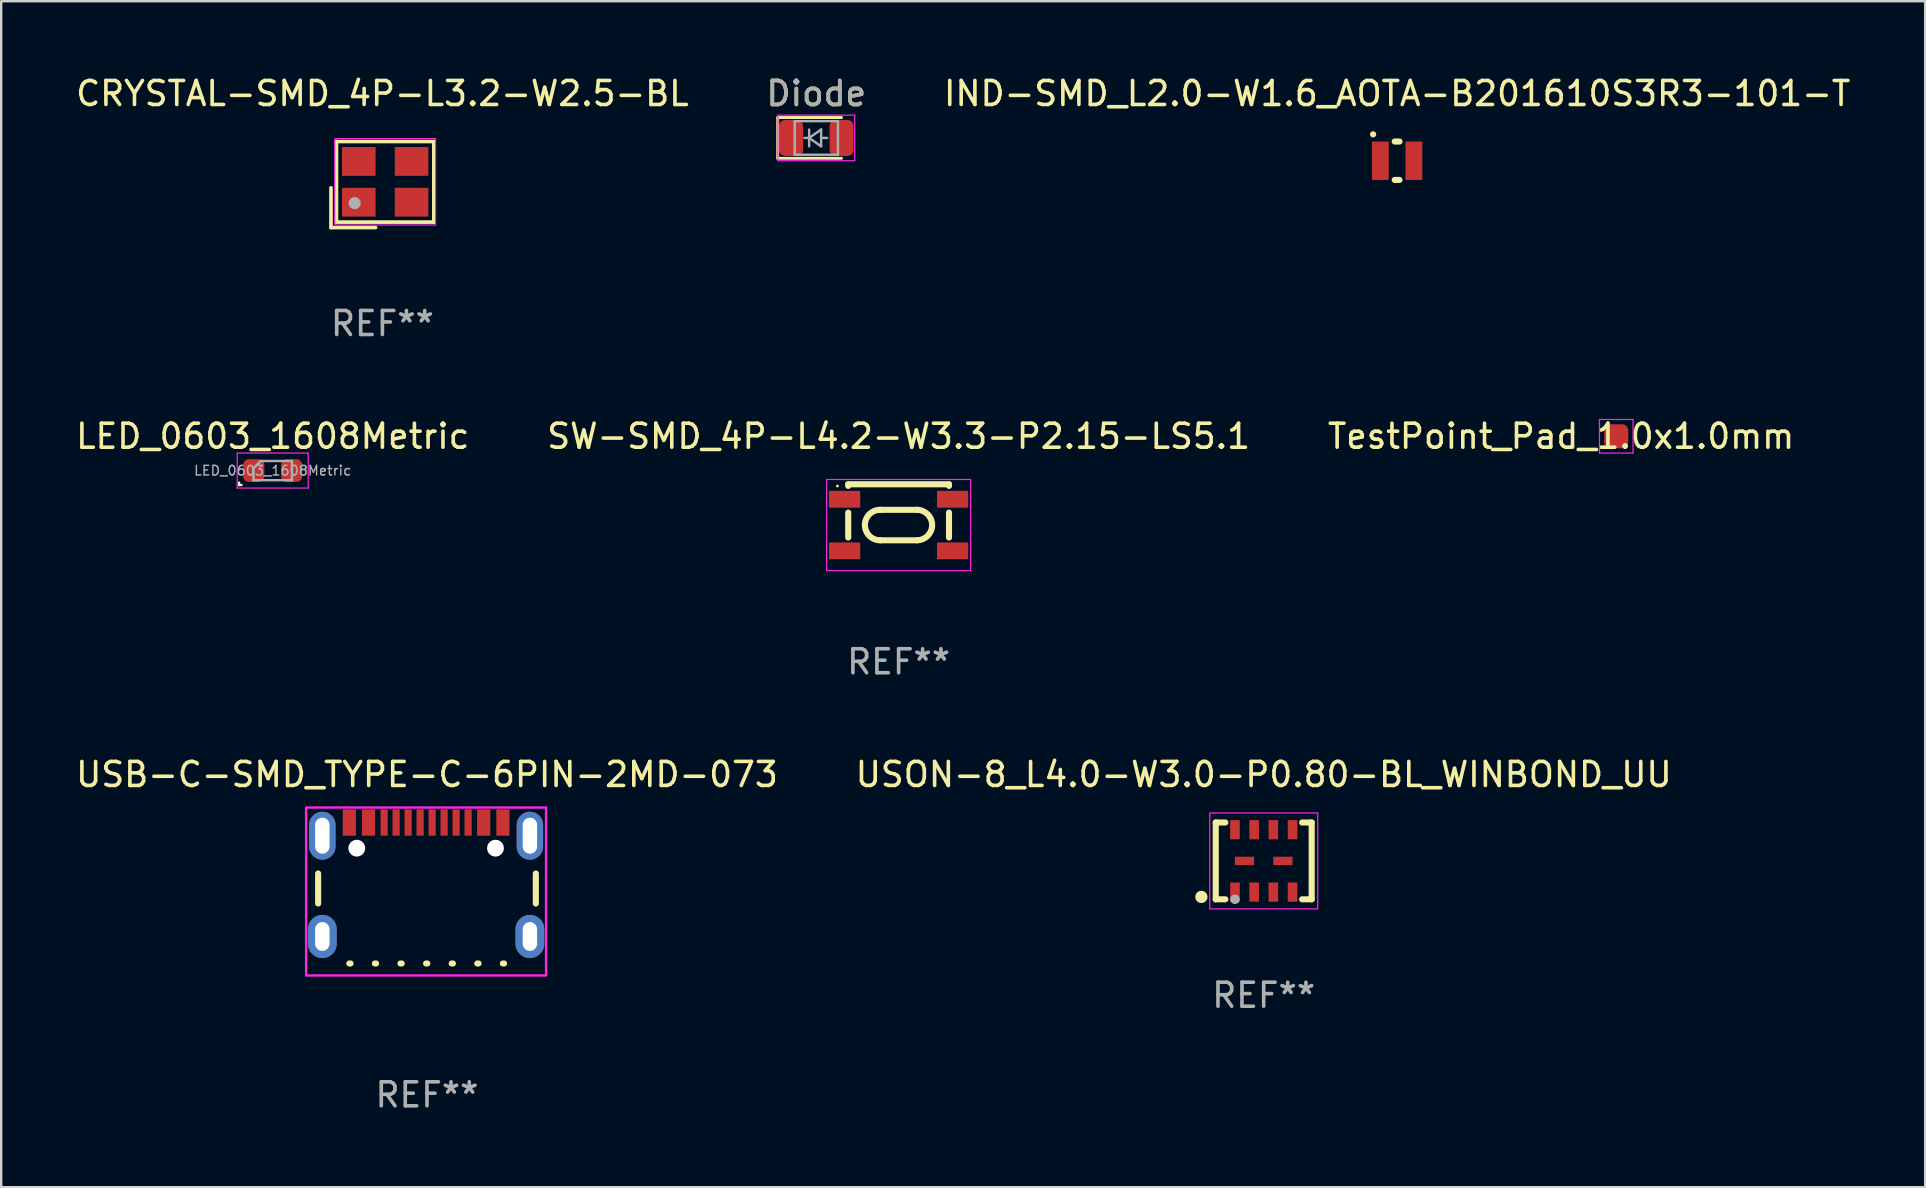
<source format=kicad_pcb>
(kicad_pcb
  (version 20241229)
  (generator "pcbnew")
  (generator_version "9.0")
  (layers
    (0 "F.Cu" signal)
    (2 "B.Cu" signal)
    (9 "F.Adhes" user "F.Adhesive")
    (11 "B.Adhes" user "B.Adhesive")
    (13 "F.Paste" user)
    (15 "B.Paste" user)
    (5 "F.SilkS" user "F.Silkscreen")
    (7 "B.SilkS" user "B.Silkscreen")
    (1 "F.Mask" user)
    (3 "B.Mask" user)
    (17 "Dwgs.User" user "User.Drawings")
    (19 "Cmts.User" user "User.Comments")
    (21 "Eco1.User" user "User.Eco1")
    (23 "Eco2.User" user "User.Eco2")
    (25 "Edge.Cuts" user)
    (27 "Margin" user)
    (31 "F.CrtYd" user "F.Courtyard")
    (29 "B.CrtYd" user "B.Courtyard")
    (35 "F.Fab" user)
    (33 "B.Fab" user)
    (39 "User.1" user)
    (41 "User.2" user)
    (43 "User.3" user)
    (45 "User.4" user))
  (footprint "SW-SMD_4P-L4.2-W3.3-P2.15-LS5.1"
    (layer "F.Cu")
    (at 34.399 18.831)
    (property "Reference" "SW-SMD_4P-L4.2-W3.3-P2.15-LS5.1" (at 0 -3.7 0) (layer "F.SilkS") (effects (font (size 1 1) (thickness 0.15))))
    (attr smd)
    (fp_line (start -2.1 -1.7) (end -2.1 -1.631) (stroke (width 0.254) (type solid)) (layer "F.SilkS"))
    (fp_line (start -2.1 -1.7) (end 2.1 -1.7) (stroke (width 0.254) (type solid)) (layer "F.SilkS"))
    (fp_line (start -2.1 -0.519) (end -2.1 0.519) (stroke (width 0.254) (type solid)) (layer "F.SilkS"))
    (fp_line (start -0.762 -0.635) (end 0.762 -0.635) (stroke (width 0.254) (type solid)) (layer "F.SilkS"))
    (fp_line (start -0.762 0.635) (end 0.762 0.635) (stroke (width 0.254) (type solid)) (layer "F.SilkS"))
    (fp_line (start 2.1 -1.7) (end 2.1 -1.631) (stroke (width 0.254) (type solid)) (layer "F.SilkS"))
    (fp_line (start 2.1 -0.519) (end 2.1 0.519) (stroke (width 0.254) (type solid)) (layer "F.SilkS"))
    (fp_arc (start -0.761925 0.634925) (mid -1.397816 0.000254) (end -0.763145 -0.635637) (stroke (width 0.254) (type solid)) (layer "F.SilkS"))
    (fp_arc (start 0.762052 -0.635052) (mid 1.392206 0.00025) (end 0.760859 0.634365) (stroke (width 0.254) (type solid)) (layer "F.SilkS"))
    (fp_circle (center -2.55 -1.625) (end -2.52 -1.625) (stroke (width 0.06) (type solid)) (fill no) (layer "F.SilkS"))
    (fp_rect (start -3 -1.9) (end 3 1.9) (stroke (width 0.05) (type default)) (fill no) (layer "F.CrtYd"))
    (fp_text user "REF**" (at 0 5.7 0) (layer "F.Fab") (effects (font (size 1 1) (thickness 0.15))))
    (pad "1" smd rect (at -2.25 -1.075 90) (size 0.7 1.3) (layers "F.Cu" "F.Mask" "F.Paste"))
    (pad "2" smd rect (at 2.25 -1.075 90) (size 0.7 1.3) (layers "F.Cu" "F.Mask" "F.Paste"))
    (pad "3" smd rect (at -2.25 1.075 90) (size 0.7 1.3) (layers "F.Cu" "F.Mask" "F.Paste"))
    (pad "4" smd rect (at 2.25 1.075 90) (size 0.7 1.3) (layers "F.Cu" "F.Mask" "F.Paste")))
  (footprint "LED_0603_1608Metric"
    (layer "F.Cu")
    (at 8.315 16.561)
    (property "Reference" "LED_0603_1608Metric" (at 0 -1.43 0) (layer "F.SilkS") (effects (font (size 1 1) (thickness 0.15))))
    (attr smd)
    (fp_line (start -1.4 0.5) (end -1.4 0.6) (stroke (width 0.1) (type default)) (layer "F.SilkS"))
    (fp_line (start -1.4 0.6) (end -1.3 0.6) (stroke (width 0.1) (type default)) (layer "F.SilkS"))
    (fp_line (start -1.48 -0.73) (end 1.48 -0.73) (stroke (width 0.05) (type solid)) (layer "F.CrtYd"))
    (fp_line (start -1.48 0.73) (end -1.48 -0.73) (stroke (width 0.05) (type solid)) (layer "F.CrtYd"))
    (fp_line (start 1.48 -0.73) (end 1.48 0.73) (stroke (width 0.05) (type solid)) (layer "F.CrtYd"))
    (fp_line (start 1.48 0.73) (end -1.48 0.73) (stroke (width 0.05) (type solid)) (layer "F.CrtYd"))
    (fp_line (start -0.8 -0.1) (end -0.8 0.4) (stroke (width 0.1) (type solid)) (layer "F.Fab"))
    (fp_line (start -0.8 0.4) (end 0.8 0.4) (stroke (width 0.1) (type solid)) (layer "F.Fab"))
    (fp_line (start -0.5 -0.4) (end -0.8 -0.1) (stroke (width 0.1) (type solid)) (layer "F.Fab"))
    (fp_line (start 0.8 -0.4) (end -0.5 -0.4) (stroke (width 0.1) (type solid)) (layer "F.Fab"))
    (fp_line (start 0.8 0.4) (end 0.8 -0.4) (stroke (width 0.1) (type solid)) (layer "F.Fab"))
    (fp_text user "${REFERENCE}" (at 0 0 0) (layer "F.Fab") (effects (font (size 0.4 0.4) (thickness 0.06))))
    (pad "1" smd roundrect (at -0.787 0) (size 0.875 0.95) (layers "F.Cu" "F.Mask" "F.Paste") (roundrect_rratio 0.25))
    (pad "2" smd roundrect (at 0.787 0) (size 0.875 0.95) (layers "F.Cu" "F.Mask" "F.Paste") (roundrect_rratio 0.25)))
  (footprint "Diode"
    (layer "F.Cu")
    (at 30.97 2.698)
    (property "Reference" "Diode" (at 0 -1.85 0) (layer "F.SilkS") (effects (font (size 1 1) (thickness 0.15))))
    (attr smd)
    (fp_line (start -1.61 -0.85) (end -1.61 0.85) (stroke (width 0.12) (type solid)) (layer "F.SilkS"))
    (fp_line (start -1.61 -0.85) (end 1.05 -0.85) (stroke (width 0.12) (type solid)) (layer "F.SilkS"))
    (fp_line (start -1.61 0.85) (end 1.05 0.85) (stroke (width 0.12) (type solid)) (layer "F.SilkS"))
    (fp_line (start -1.6 -0.95) (end -1.6 0.95) (stroke (width 0.05) (type solid)) (layer "F.CrtYd"))
    (fp_line (start -1.6 -0.95) (end 1.6 -0.95) (stroke (width 0.05) (type solid)) (layer "F.CrtYd"))
    (fp_line (start -1.6 0.95) (end 1.6 0.95) (stroke (width 0.05) (type solid)) (layer "F.CrtYd"))
    (fp_line (start 1.6 -0.95) (end 1.6 0.95) (stroke (width 0.05) (type solid)) (layer "F.CrtYd"))
    (fp_line (start -0.9 -0.7) (end 0.9 -0.7) (stroke (width 0.1) (type solid)) (layer "F.Fab"))
    (fp_line (start -0.9 0.7) (end -0.9 -0.7) (stroke (width 0.1) (type solid)) (layer "F.Fab"))
    (fp_line (start -0.3 -0.35) (end -0.3 0.35) (stroke (width 0.1) (type solid)) (layer "F.Fab"))
    (fp_line (start -0.3 0) (end -0.5 0) (stroke (width 0.1) (type solid)) (layer "F.Fab"))
    (fp_line (start -0.3 0) (end 0.2 -0.35) (stroke (width 0.1) (type solid)) (layer "F.Fab"))
    (fp_line (start 0.2 -0.35) (end 0.2 0.35) (stroke (width 0.1) (type solid)) (layer "F.Fab"))
    (fp_line (start 0.2 0) (end 0.45 0) (stroke (width 0.1) (type solid)) (layer "F.Fab"))
    (fp_line (start 0.2 0.35) (end -0.3 0) (stroke (width 0.1) (type solid)) (layer "F.Fab"))
    (fp_line (start 0.9 -0.7) (end 0.9 0.7) (stroke (width 0.1) (type solid)) (layer "F.Fab"))
    (fp_line (start 0.9 0.7) (end -0.9 0.7) (stroke (width 0.1) (type solid)) (layer "F.Fab"))
    (fp_text user "${REFERENCE}" (at 0 -1.85 0) (layer "F.Fab") (effects (font (size 1 1) (thickness 0.15))))
    (pad "1" smd roundrect (at -1.05 0) (size 1 1.5) (layers "F.Cu" "F.Mask" "F.Paste") (roundrect_rratio 0.25))
    (pad "2" smd roundrect (at 1.05 0) (size 1 1.5) (layers "F.Cu" "F.Mask" "F.Paste") (roundrect_rratio 0.25)))
  (footprint "IND-SMD_L2.0-W1.6_AOTA-B201610S3R3-101-T"
    (layer "F.Cu")
    (at 55.173 3.648)
    (property "Reference" "IND-SMD_L2.0-W1.6_AOTA-B201610S3R3-101-T" (at 0 -2.8 0) (layer "F.SilkS") (effects (font (size 1 1) (thickness 0.15))))
    (attr smd)
    (fp_line (start -0.1 -0.8) (end 0.1 -0.8) (stroke (width 0.254) (type solid)) (layer "F.SilkS"))
    (fp_line (start -0.1 0.8) (end 0.1 0.8) (stroke (width 0.254) (type solid)) (layer "F.SilkS"))
    (fp_circle (center -1 -1.1) (end -0.9 -1.1) (stroke (width 0.06) (type solid)) (fill yes) (layer "F.SilkS"))
    (pad "1" smd rect (at -0.7 0) (size 0.7 1.6) (layers "F.Cu" "F.Mask" "F.Paste"))
    (pad "2" smd rect (at 0.7 0) (size 0.7 1.6) (layers "F.Cu" "F.Mask" "F.Paste")))
  (footprint "USB-C-SMD_TYPE-C-6PIN-2MD-073"
    (layer "F.Cu")
    (at 14.708 33.602)
    (property "Reference" "USB-C-SMD_TYPE-C-6PIN-2MD-073" (at 0.036 -4.375 0) (layer "F.SilkS") (effects (font (size 1 1) (thickness 0.15))))
    (attr through_hole)
    (fp_line (start -4.5 1) (end -4.5 -0.25) (stroke (width 0.254) (type solid)) (layer "F.SilkS"))
    (fp_line (start 3.25 3.5) (end -3.75 3.5) (stroke (width 0.254) (type dot)) (layer "F.SilkS"))
    (fp_line (start 4.572 1) (end 4.572 -0.25) (stroke (width 0.254) (type solid)) (layer "F.SilkS"))
    (fp_rect (start -5 -3) (end 5 4) (stroke (width 0.1) (type default)) (fill no) (layer "F.CrtYd"))
    (fp_circle (center -2.89 -1.305) (end -2.765 -1.305) (stroke (width 0.25) (type solid)) (fill no) (layer "F.Fab"))
    (fp_circle (center 2.89 -1.305) (end 3.015 -1.305) (stroke (width 0.25) (type solid)) (fill no) (layer "F.Fab"))
    (fp_text user "REF**" (at 0.036 8.975 0) (layer "F.Fab") (effects (font (size 1 1) (thickness 0.15))))
    (pad "" np_thru_hole circle (at -2.89 -1.305) (size 0.7 0.7) (drill 0.7) (layers "*.Cu" "*.Mask"))
    (pad "" np_thru_hole circle (at 2.89 -1.305) (size 0.7 0.7) (drill 0.7) (layers "*.Cu" "*.Mask"))
    (pad "1" smd rect (at -3.2 -2.375) (size 0.55 1.1) (layers "F.Cu" "F.Mask" "F.Paste"))
    (pad "2" smd rect (at -2.4 -2.375) (size 0.55 1.1) (layers "F.Cu" "F.Mask" "F.Paste"))
    (pad "3" smd rect (at -1.75 -2.375) (size 0.3 1.1) (layers "F.Cu" "F.Mask" "F.Paste"))
    (pad "4" smd rect (at -1.25 -2.375) (size 0.3 1.1) (layers "F.Cu" "F.Mask" "F.Paste"))
    (pad "5" smd rect (at -0.75 -2.375) (size 0.3 1.1) (layers "F.Cu" "F.Mask" "F.Paste"))
    (pad "6" smd rect (at -0.25 -2.375) (size 0.3 1.1) (layers "F.Cu" "F.Mask" "F.Paste"))
    (pad "7" smd rect (at 0.25 -2.375) (size 0.3 1.1) (layers "F.Cu" "F.Mask" "F.Paste"))
    (pad "8" smd rect (at 0.75 -2.375) (size 0.3 1.1) (layers "F.Cu" "F.Mask" "F.Paste"))
    (pad "9" smd rect (at 1.25 -2.375) (size 0.3 1.1) (layers "F.Cu" "F.Mask" "F.Paste"))
    (pad "10" smd rect (at 1.75 -2.375) (size 0.3 1.1) (layers "F.Cu" "F.Mask" "F.Paste"))
    (pad "11" smd rect (at 2.4 -2.375) (size 0.55 1.1) (layers "F.Cu" "F.Mask" "F.Paste"))
    (pad "12" smd rect (at 3.2 -2.375) (size 0.55 1.1) (layers "F.Cu" "F.Mask" "F.Paste"))
    (pad "13" thru_hole oval (at -4.325 -1.825) (size 1.1 2) (drill oval 0.6 1.5) (layers "*.Cu" "*.Mask"))
    (pad "13" thru_hole oval (at -4.325 2.375) (size 1.2 1.8) (drill oval 0.6 1.2) (layers "*.Cu" "*.Mask"))
    (pad "14" thru_hole oval (at 4.325 -1.825) (size 1.1 2) (drill oval 0.6 1.5) (layers "*.Cu" "*.Mask"))
    (pad "14" thru_hole oval (at 4.325 2.375) (size 1.2 1.8) (drill oval 0.6 1.2) (layers "*.Cu" "*.Mask")))
  (footprint "CRYSTAL-SMD_4P-L3.2-W2.5-BL"
    (layer "F.Cu")
    (at 13.001 4.527)
    (property "Reference" "CRYSTAL-SMD_4P-L3.2-W2.5-BL" (at -0.114 -3.679 0) (layer "F.SilkS") (effects (font (size 1 1) (thickness 0.15))))
    (attr smd)
    (fp_line (start -2.257 0.25) (end -2.257 1.907) (stroke (width 0.152) (type solid)) (layer "F.SilkS"))
    (fp_line (start -2.257 1.907) (end -0.4 1.907) (stroke (width 0.152) (type solid)) (layer "F.SilkS"))
    (fp_line (start -2.029 -1.679) (end 2.029 -1.679) (stroke (width 0.152) (type solid)) (layer "F.SilkS"))
    (fp_line (start -2.029 1.678) (end -2.029 -1.679) (stroke (width 0.152) (type solid)) (layer "F.SilkS"))
    (fp_line (start 2.029 -1.679) (end 2.029 1.678) (stroke (width 0.152) (type solid)) (layer "F.SilkS"))
    (fp_line (start 2.029 1.678) (end -2.029 1.678) (stroke (width 0.152) (type solid)) (layer "F.SilkS"))
    (fp_rect (start -2.1 -1.8) (end 2.1 1.8) (stroke (width 0.05) (type default)) (fill no) (layer "F.CrtYd"))
    (fp_circle (center -1.27 0.889) (end -1.143 0.889) (stroke (width 0.254) (type solid)) (fill no) (layer "F.Fab"))
    (fp_text user "REF**" (at -0.114 5.907 0) (layer "F.Fab") (effects (font (size 1 1) (thickness 0.15))))
    (pad "1" smd rect (at -1.1 0.85) (size 1.4 1.2) (layers "F.Cu" "F.Mask" "F.Paste"))
    (pad "2" smd rect (at 1.1 0.85) (size 1.4 1.2) (layers "F.Cu" "F.Mask" "F.Paste"))
    (pad "3" smd rect (at 1.1 -0.85) (size 1.4 1.2) (layers "F.Cu" "F.Mask" "F.Paste"))
    (pad "4" smd rect (at -1.1 -0.85) (size 1.4 1.2) (layers "F.Cu" "F.Mask" "F.Paste")))
  (footprint "TestPoint_Pad_1.0x1.0mm"
    (layer "F.Cu")
    (at 64.306 15.131)
    (property "Reference" "TestPoint_Pad_1.0x1.0mm" (at -2.3 0 0) (layer "F.SilkS") (effects (font (size 1 1) (thickness 0.15))))
    (attr exclude_from_pos_files exclude_from_bom)
    (fp_line (start -0.7 -0.7) (end -0.7 0.7) (stroke (width 0.05) (type solid)) (layer "F.CrtYd"))
    (fp_line (start -0.7 -0.7) (end 0.7 -0.7) (stroke (width 0.05) (type solid)) (layer "F.CrtYd"))
    (fp_line (start 0.7 0.7) (end -0.7 0.7) (stroke (width 0.05) (type solid)) (layer "F.CrtYd"))
    (fp_line (start 0.7 0.7) (end 0.7 -0.7) (stroke (width 0.05) (type solid)) (layer "F.CrtYd"))
    (pad "1" smd roundrect (at 0 0) (size 1 1) (layers "F.Cu" "F.Mask") (roundrect_rratio 0.25)))
  (footprint "USON-8_L4.0-W3.0-P0.80-BL_WINBOND_UU"
    (layer "F.Cu")
    (at 49.616 32.827)
    (property "Reference" "USON-8_L4.0-W3.0-P0.80-BL_WINBOND_UU" (at -0.003 -3.6 0) (layer "F.SilkS") (effects (font (size 1 1) (thickness 0.15))))
    (attr smd)
    (fp_line (start -2.002 -1.6) (end -1.602 -1.6) (stroke (width 0.254) (type solid)) (layer "F.SilkS"))
    (fp_line (start -2.002 1.6) (end -1.602 1.6) (stroke (width 0.254) (type solid)) (layer "F.SilkS"))
    (fp_line (start -2.001 -1.6) (end -2.001 1.6) (stroke (width 0.254) (type solid)) (layer "F.SilkS"))
    (fp_line (start 1.997 -1.6) (end 1.598 -1.6) (stroke (width 0.254) (type solid)) (layer "F.SilkS"))
    (fp_line (start 1.997 1.6) (end 1.598 1.6) (stroke (width 0.254) (type solid)) (layer "F.SilkS"))
    (fp_line (start 1.997 1.6) (end 1.997 -1.6) (stroke (width 0.254) (type solid)) (layer "F.SilkS"))
    (fp_circle (center -2.6 1.5) (end -2.47 1.5) (stroke (width 0.254) (type solid)) (fill no) (layer "F.SilkS"))
    (fp_circle (center -2 1.5) (end -1.97 1.5) (stroke (width 0.06) (type solid)) (fill no) (layer "F.SilkS"))
    (fp_rect (start -2.25 -2) (end 2.25 2) (stroke (width 0.05) (type default)) (fill no) (layer "F.CrtYd"))
    (fp_circle (center -1.2 1.6) (end -1.1 1.6) (stroke (width 0.2) (type solid)) (fill no) (layer "F.Fab"))
    (fp_text user "REF**" (at -0.003 5.6 0) (layer "F.Fab") (effects (font (size 1 1) (thickness 0.15))))
    (pad "1" smd rect (at -1.2 1.3) (size 0.4 0.8) (layers "F.Cu" "F.Mask" "F.Paste"))
    (pad "2" smd rect (at -0.4 1.3) (size 0.4 0.8) (layers "F.Cu" "F.Mask" "F.Paste"))
    (pad "3" smd rect (at 0.4 1.3) (size 0.4 0.8) (layers "F.Cu" "F.Mask" "F.Paste"))
    (pad "4" smd rect (at 1.2 1.3) (size 0.4 0.8) (layers "F.Cu" "F.Mask" "F.Paste"))
    (pad "5" smd rect (at 1.2 -1.3) (size 0.4 0.8) (layers "F.Cu" "F.Mask" "F.Paste"))
    (pad "6" smd rect (at 0.4 -1.3) (size 0.4 0.8) (layers "F.Cu" "F.Mask" "F.Paste"))
    (pad "7" smd rect (at -0.4 -1.3) (size 0.4 0.8) (layers "F.Cu" "F.Mask" "F.Paste"))
    (pad "8" smd rect (at -1.2 -1.3) (size 0.4 0.8) (layers "F.Cu" "F.Mask" "F.Paste"))
    (pad "9" smd rect (at -0.802 0 90) (size 0.35 0.8) (layers "F.Cu" "F.Mask" "F.Paste"))
    (pad "10" smd rect (at 0.798 0 90) (size 0.35 0.8) (layers "F.Cu" "F.Mask" "F.Paste")))
  (gr_rect
    (start -3 -3)
    (end 77.179 46.425)
    (stroke (width 0.1) (type default))
    (fill no)
    (layer "Edge.Cuts")))
</source>
